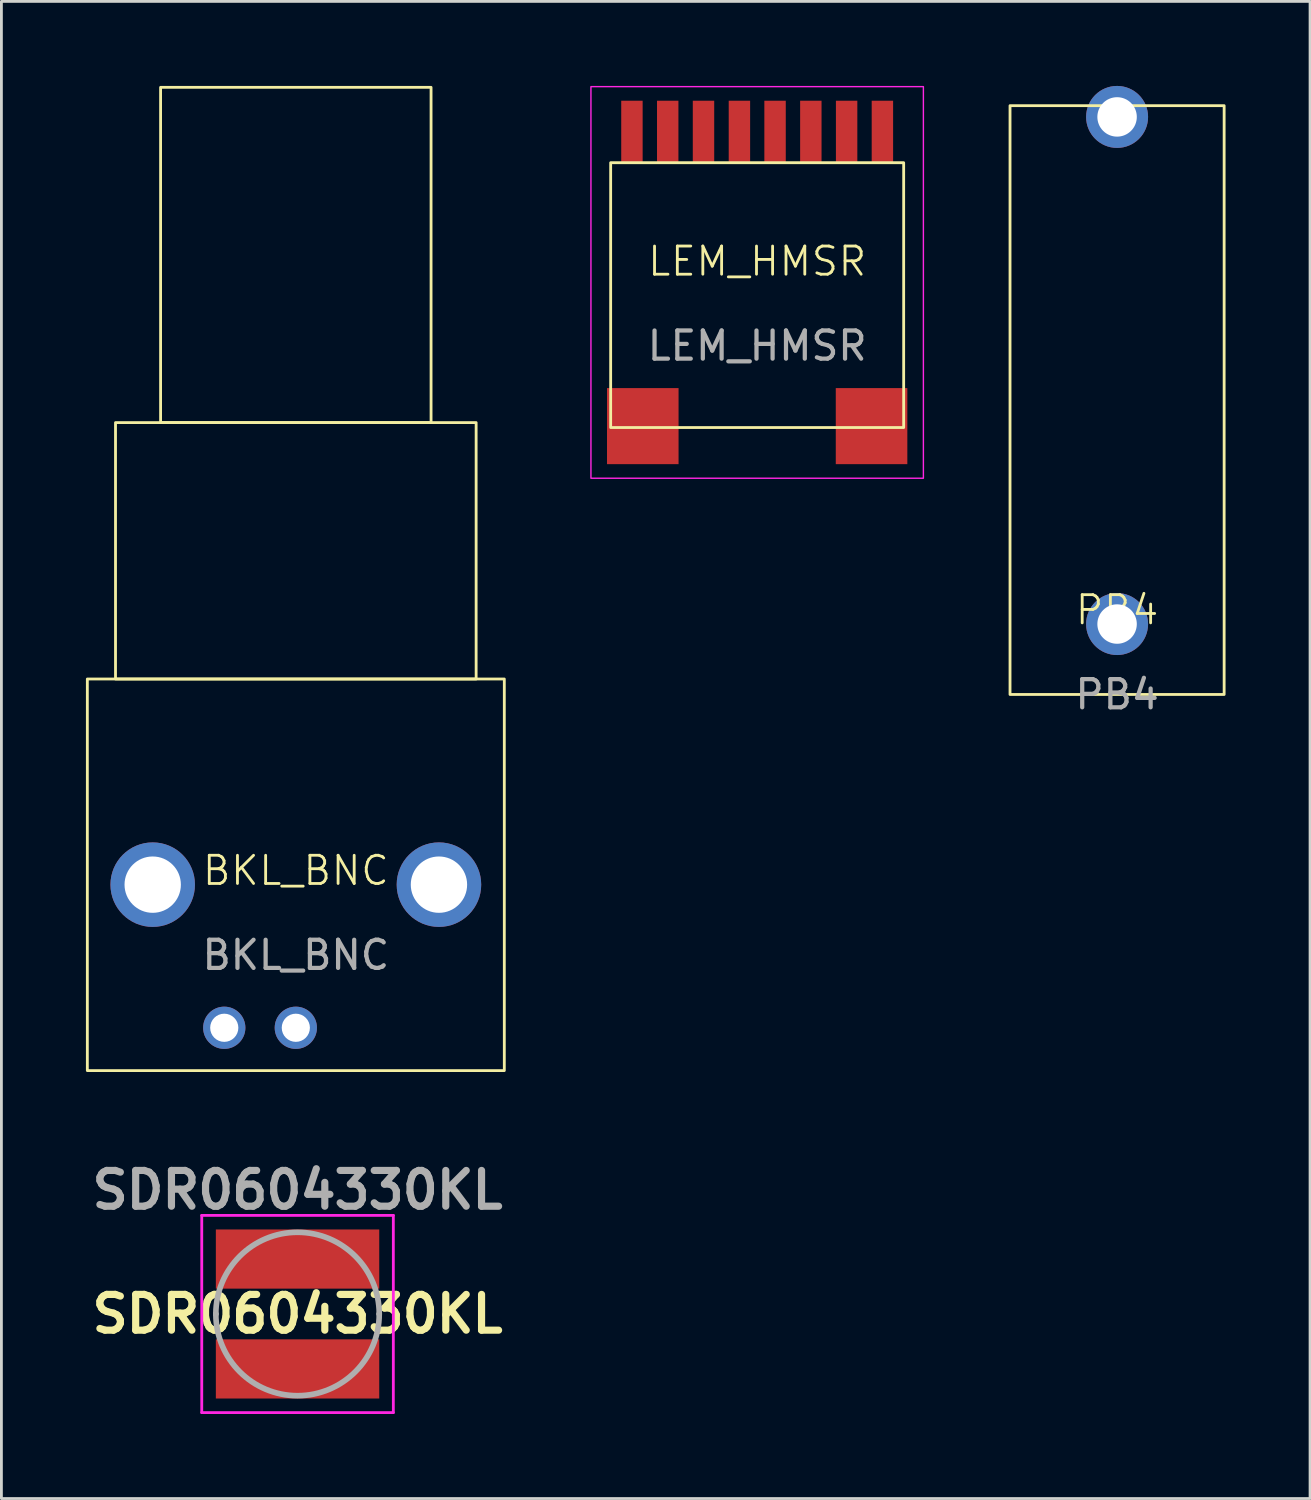
<source format=kicad_pcb>
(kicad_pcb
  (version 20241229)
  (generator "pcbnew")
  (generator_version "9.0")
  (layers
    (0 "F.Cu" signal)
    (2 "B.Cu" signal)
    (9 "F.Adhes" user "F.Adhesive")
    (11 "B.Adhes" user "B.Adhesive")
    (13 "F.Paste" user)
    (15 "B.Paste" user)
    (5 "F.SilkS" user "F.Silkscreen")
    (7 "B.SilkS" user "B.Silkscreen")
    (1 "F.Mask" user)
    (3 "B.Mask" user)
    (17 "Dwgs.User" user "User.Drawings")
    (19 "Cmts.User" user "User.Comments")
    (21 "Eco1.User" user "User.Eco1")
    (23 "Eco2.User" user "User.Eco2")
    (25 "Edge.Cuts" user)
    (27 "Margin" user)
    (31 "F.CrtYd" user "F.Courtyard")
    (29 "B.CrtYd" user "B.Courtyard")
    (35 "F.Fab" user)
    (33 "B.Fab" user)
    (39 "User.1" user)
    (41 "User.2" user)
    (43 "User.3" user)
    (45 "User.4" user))
  (footprint "SDR0604330KL"
    (layer "F.Cu")
    (at 7.511 43.589)
    (property "Reference" "SDR0604330KL" (at 0 0 0) (layer "F.SilkS") (effects (font (size 1.27 1.27) (thickness 0.254))))
    (attr smd)
    (fp_line (start -2.9 -0.2) (end -2.9 0.2) (stroke (width 0.1) (type solid)) (layer "F.SilkS"))
    (fp_line (start 2.9 -0.2) (end 2.9 0.2) (stroke (width 0.1) (type solid)) (layer "F.SilkS"))
    (fp_line (start -3.4 -3.5) (end 3.4 -3.5) (stroke (width 0.1) (type solid)) (layer "F.CrtYd"))
    (fp_line (start -3.4 3.5) (end -3.4 -3.5) (stroke (width 0.1) (type solid)) (layer "F.CrtYd"))
    (fp_line (start 3.4 -3.5) (end 3.4 3.5) (stroke (width 0.1) (type solid)) (layer "F.CrtYd"))
    (fp_line (start 3.4 3.5) (end -3.4 3.5) (stroke (width 0.1) (type solid)) (layer "F.CrtYd"))
    (fp_line (start -2.9 0) (end -2.9 0) (stroke (width 0.2) (type solid)) (layer "F.Fab"))
    (fp_line (start 2.9 0) (end 2.9 0) (stroke (width 0.2) (type solid)) (layer "F.Fab"))
    (fp_arc (start -2.9 0) (mid 0 -2.9) (end 2.9 0) (stroke (width 0.2) (type solid)) (layer "F.Fab"))
    (fp_arc (start 2.9 0) (mid 0 2.9) (end -2.9 0) (stroke (width 0.2) (type solid)) (layer "F.Fab"))
    (fp_text user "${REFERENCE}" (at 0 -4.4 0) (layer "F.Fab") (effects (font (size 1.27 1.27) (thickness 0.254))))
    (pad "1" smd rect (at 0 1.95 90) (size 2.1 5.8) (layers "F.Cu" "F.Mask" "F.Paste"))
    (pad "2" smd rect (at 0 -1.95 90) (size 2.1 5.8) (layers "F.Cu" "F.Mask" "F.Paste")))
  (footprint "BKL_BNC"
    (layer "F.Cu")
    (at 7.45 28.35)
    (property "Reference" "BKL_BNC" (at 0 -0.5 0) (unlocked yes) (layer "F.SilkS") (effects (font (size 1 1) (thickness 0.1))))
    (attr through_hole)
    (fp_rect (start -7.4 -7.3) (end 7.4 6.6) (stroke (width 0.1) (type default)) (fill no) (layer "F.SilkS"))
    (fp_rect (start -6.4 -16.4) (end 6.4 -7.3) (stroke (width 0.1) (type default)) (fill no) (layer "F.SilkS"))
    (fp_rect (start -4.8 -28.3) (end 4.8 -16.4) (stroke (width 0.1) (type default)) (fill no) (layer "F.SilkS"))
    (fp_text user "${REFERENCE}" (at 0 2.5 0) (unlocked yes) (layer "F.Fab") (effects (font (size 1 1) (thickness 0.15))))
    (pad "1" thru_hole circle (at 0 5.08) (size 1.5 1.5) (drill 1) (layers "*.Cu" "*.Mask"))
    (pad "2" thru_hole circle (at -2.54 5.08) (size 1.5 1.5) (drill 1) (layers "*.Cu" "*.Mask"))
    (pad "3" thru_hole circle (at -5.08 0) (size 3 3) (drill 2) (layers "*.Cu" "*.Mask"))
    (pad "3" thru_hole circle (at 5.08 0) (size 3 3) (drill 2) (layers "*.Cu" "*.Mask")))
  (footprint "PB4"
    (layer "F.Cu")
    (at 36.6 19.1)
    (property "Reference" "PB4" (at 0 -0.5 0) (unlocked yes) (layer "F.SilkS") (effects (font (size 1 1) (thickness 0.1))))
    (attr through_hole)
    (fp_rect (start -3.8 -18.4) (end 3.8 2.5) (stroke (width 0.1) (type default)) (fill no) (layer "F.SilkS"))
    (fp_text user "${REFERENCE}" (at 0 2.5 0) (unlocked yes) (layer "F.Fab") (effects (font (size 1 1) (thickness 0.15))))
    (pad "1" thru_hole circle (at 0 -18) (size 2.2 2.2) (drill 1.4) (layers "*.Cu" "*.Mask"))
    (pad "1" thru_hole circle (at 0 0) (size 2.2 2.2) (drill 1.4) (layers "*.Cu" "*.Mask")))
  (footprint "LEM_HMSR"
    (layer "F.Cu")
    (at 23.825 6.725)
    (property "Reference" "LEM_HMSR" (at 0 -0.5 0) (unlocked yes) (layer "F.SilkS") (effects (font (size 1 1) (thickness 0.1))))
    (attr smd)
    (fp_rect (start -5.2 -4) (end 5.2 5.4) (stroke (width 0.1) (type default)) (fill no) (layer "F.SilkS"))
    (fp_rect (start -5.9 -6.7) (end 5.9 7.2) (stroke (width 0.05) (type default)) (fill no) (layer "F.CrtYd"))
    (fp_text user "${REFERENCE}" (at 0 2.5 0) (unlocked yes) (layer "F.Fab") (effects (font (size 1 1) (thickness 0.15))))
    (pad "1" smd rect (at -4.06 5.35) (size 2.54 2.7) (layers "F.Cu" "F.Mask" "F.Paste"))
    (pad "8" smd rect (at 4.06 5.35) (size 2.54 2.7) (layers "F.Cu" "F.Mask" "F.Paste"))
    (pad "9" smd rect (at 4.445 -5.1) (size 0.76 2.2) (layers "F.Cu" "F.Mask" "F.Paste"))
    (pad "10" smd rect (at 3.175 -5.1) (size 0.76 2.2) (layers "F.Cu" "F.Mask" "F.Paste"))
    (pad "11" smd rect (at 1.905 -5.1) (size 0.76 2.2) (layers "F.Cu" "F.Mask" "F.Paste"))
    (pad "12" smd rect (at 0.635 -5.1) (size 0.76 2.2) (layers "F.Cu" "F.Mask" "F.Paste"))
    (pad "13" smd rect (at -0.63 -5.1) (size 0.76 2.2) (layers "F.Cu" "F.Mask" "F.Paste"))
    (pad "14" smd rect (at -1.905 -5.1) (size 0.76 2.2) (layers "F.Cu" "F.Mask" "F.Paste"))
    (pad "15" smd rect (at -3.175 -5.1) (size 0.76 2.2) (layers "F.Cu" "F.Mask" "F.Paste"))
    (pad "16" smd rect (at -4.445 -5.1) (size 0.76 2.2) (layers "F.Cu" "F.Mask" "F.Paste")))
  (gr_rect
    (start -3 -3)
    (end 43.45 50.139)
    (stroke (width 0.1) (type default))
    (fill no)
    (layer "Edge.Cuts")))
</source>
